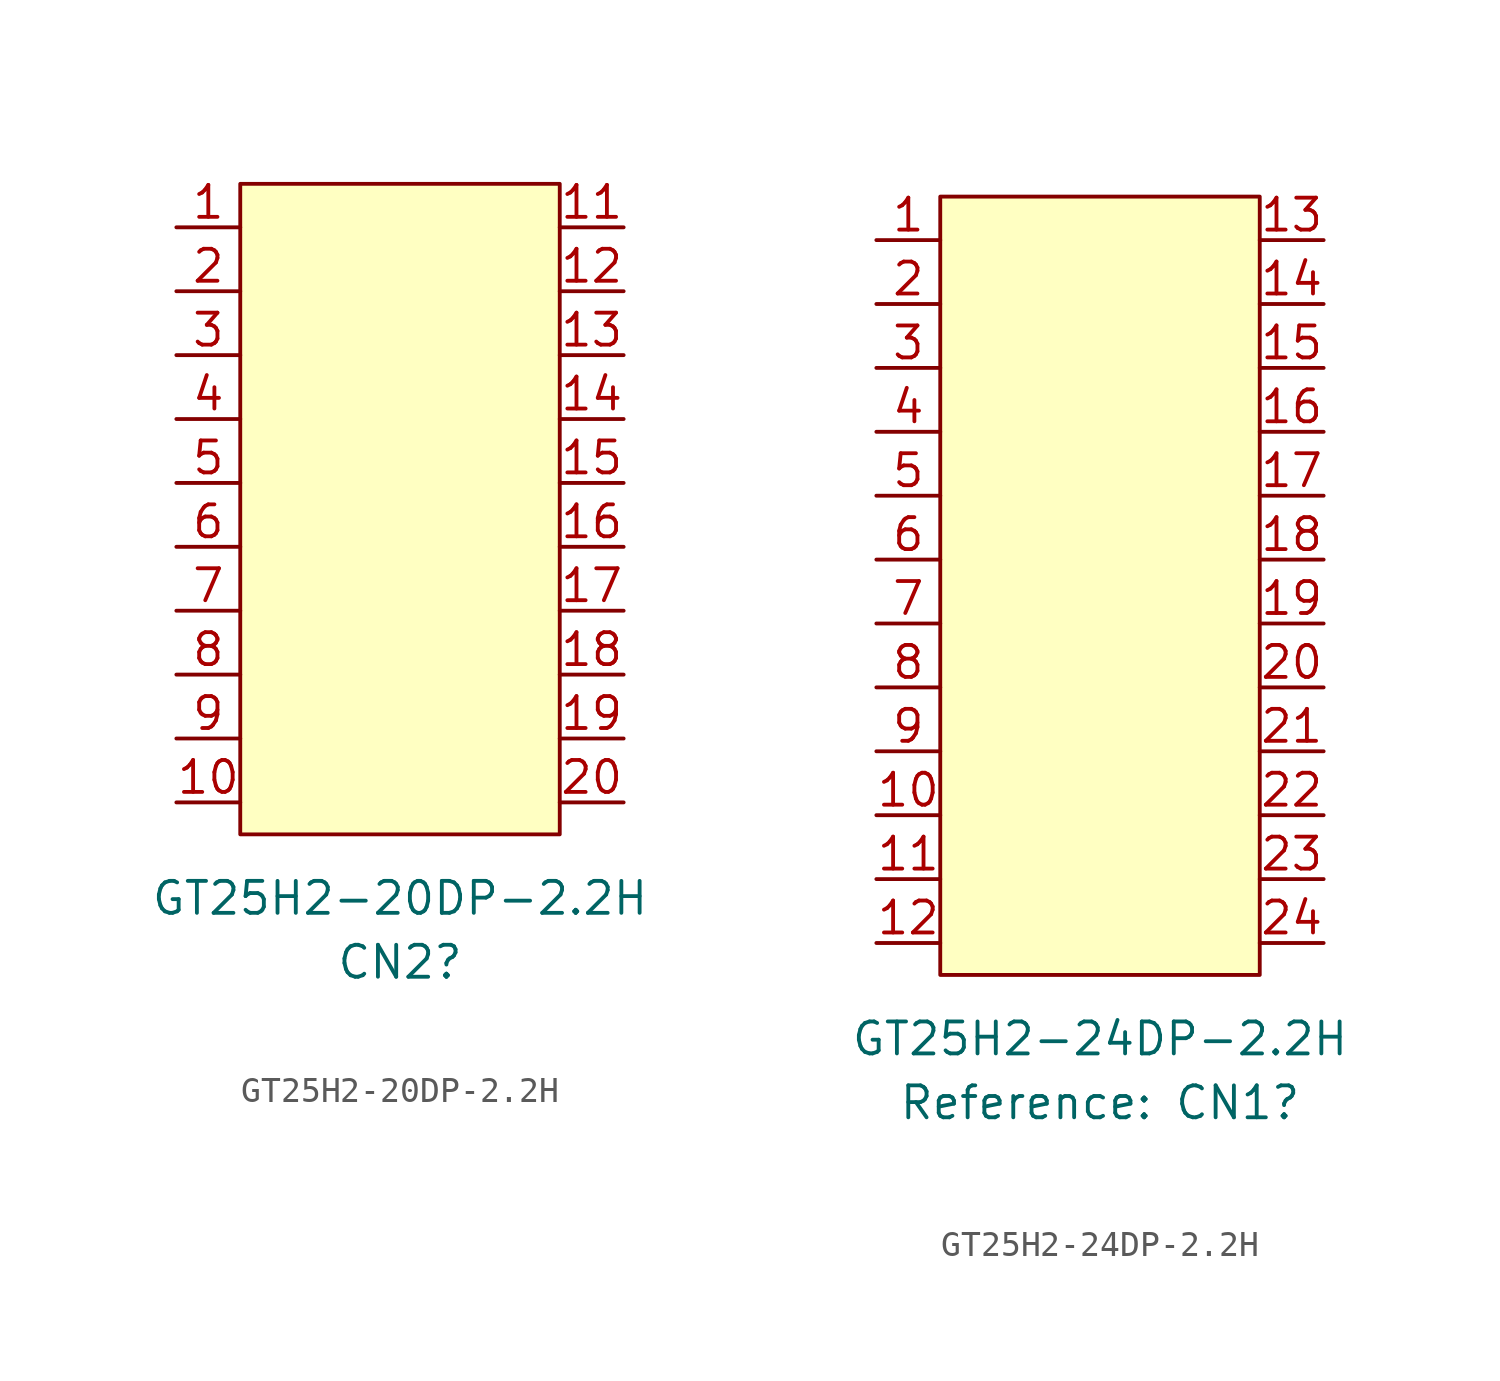
<source format=kicad_sym>
(kicad_symbol_lib
  (version 20241209)
  (generator "kicad_symbol_editor")
  (generator_version "9.0")
  (symbol "GT25H2-20DP-2.2H"
    (property "Reference" "CN2"
      (at 0 -25.4 0)
      (effects (font (size 1.27 1.27))))
    (property "Value" "GT25H2-20DP-2.2H"
      (at 0 -22.86 0)
      (effects (font (size 1.27 1.27))))
    (symbol "GT25H2-20DP-2.2H_1_1"
      (rectangle (start -6.35 5.539) (end 6.35 -20.32) (stroke (width 0) (type solid)) (fill (type background)))
      (pin passive line (at -8.89 3.81 0) (length 2.54) (name "~" (effects (font (size 1.27 1.27)))) (number "1" (effects (font (size 1.27 1.27)))))
      (pin passive line (at -8.89 1.27 0) (length 2.54) (name "~" (effects (font (size 1.27 1.27)))) (number "2" (effects (font (size 1.27 1.27)))))
      (pin passive line (at -8.89 -1.27 0) (length 2.54) (name "~" (effects (font (size 1.27 1.27)))) (number "3" (effects (font (size 1.27 1.27)))))
      (pin passive line (at -8.89 -3.81 0) (length 2.54) (name "~" (effects (font (size 1.27 1.27)))) (number "4" (effects (font (size 1.27 1.27)))))
      (pin passive line (at -8.89 -6.35 0) (length 2.54) (name "~" (effects (font (size 1.27 1.27)))) (number "5" (effects (font (size 1.27 1.27)))))
      (pin passive line (at -8.89 -8.89 0) (length 2.54) (name "~" (effects (font (size 1.27 1.27)))) (number "6" (effects (font (size 1.27 1.27)))))
      (pin passive line (at -8.89 -11.43 0) (length 2.54) (name "~" (effects (font (size 1.27 1.27)))) (number "7" (effects (font (size 1.27 1.27)))))
      (pin passive line (at -8.89 -13.97 0) (length 2.54) (name "~" (effects (font (size 1.27 1.27)))) (number "8" (effects (font (size 1.27 1.27)))))
      (pin passive line (at -8.89 -16.51 0) (length 2.54) (name "~" (effects (font (size 1.27 1.27)))) (number "9" (effects (font (size 1.27 1.27)))))
      (pin passive line (at -8.89 -19.05 0) (length 2.54) (name "~" (effects (font (size 1.27 1.27)))) (number "10" (effects (font (size 1.27 1.27)))))
      (pin passive line (at 8.89 3.81 180) (length 2.54) (name "~" (effects (font (size 1.27 1.27)))) (number "11" (effects (font (size 1.27 1.27)))))
      (pin passive line (at 8.89 1.27 180) (length 2.54) (name "~" (effects (font (size 1.27 1.27)))) (number "12" (effects (font (size 1.27 1.27)))))
      (pin passive line (at 8.89 -1.27 180) (length 2.54) (name "~" (effects (font (size 1.27 1.27)))) (number "13" (effects (font (size 1.27 1.27)))))
      (pin passive line (at 8.89 -3.81 180) (length 2.54) (name "~" (effects (font (size 1.27 1.27)))) (number "14" (effects (font (size 1.27 1.27)))))
      (pin passive line (at 8.89 -6.35 180) (length 2.54) (name "~" (effects (font (size 1.27 1.27)))) (number "15" (effects (font (size 1.27 1.27)))))
      (pin passive line (at 8.89 -8.89 180) (length 2.54) (name "~" (effects (font (size 1.27 1.27)))) (number "16" (effects (font (size 1.27 1.27)))))
      (pin passive line (at 8.89 -11.43 180) (length 2.54) (name "~" (effects (font (size 1.27 1.27)))) (number "17" (effects (font (size 1.27 1.27)))))
      (pin passive line (at 8.89 -13.97 180) (length 2.54) (name "~" (effects (font (size 1.27 1.27)))) (number "18" (effects (font (size 1.27 1.27)))))
      (pin passive line (at 8.89 -16.51 180) (length 2.54) (name "~" (effects (font (size 1.27 1.27)))) (number "19" (effects (font (size 1.27 1.27)))))
      (pin passive line (at 8.89 -19.05 180) (length 2.54) (name "~" (effects (font (size 1.27 1.27)))) (number "20" (effects (font (size 1.27 1.27)))))))
  (symbol "GT25H2-24DP-2.2H"
    (property "Reference" "CN1"
      (at 0 -29.21 0)
      (show_name)
      (effects (font (size 1.27 1.27))))
    (property "Value" "GT25H2-24DP-2.2H"
      (at 0 -26.67 0)
      (effects (font (size 1.27 1.27))))
    (symbol "GT25H2-24DP-2.2H_1_1"
      (rectangle (start -6.35 6.809) (end 6.35 -24.13) (stroke (width 0) (type solid)) (fill (type background)))
      (pin passive line (at -8.89 5.08 0) (length 2.54) (name "~" (effects (font (size 1.27 1.27)))) (number "1" (effects (font (size 1.27 1.27)))))
      (pin passive line (at -8.89 2.54 0) (length 2.54) (name "~" (effects (font (size 1.27 1.27)))) (number "2" (effects (font (size 1.27 1.27)))))
      (pin passive line (at -8.89 0 0) (length 2.54) (name "~" (effects (font (size 1.27 1.27)))) (number "3" (effects (font (size 1.27 1.27)))))
      (pin passive line (at -8.89 -2.54 0) (length 2.54) (name "~" (effects (font (size 1.27 1.27)))) (number "4" (effects (font (size 1.27 1.27)))))
      (pin passive line (at -8.89 -5.08 0) (length 2.54) (name "~" (effects (font (size 1.27 1.27)))) (number "5" (effects (font (size 1.27 1.27)))))
      (pin passive line (at -8.89 -7.62 0) (length 2.54) (name "~" (effects (font (size 1.27 1.27)))) (number "6" (effects (font (size 1.27 1.27)))))
      (pin passive line (at -8.89 -10.16 0) (length 2.54) (name "~" (effects (font (size 1.27 1.27)))) (number "7" (effects (font (size 1.27 1.27)))))
      (pin passive line (at -8.89 -12.7 0) (length 2.54) (name "~" (effects (font (size 1.27 1.27)))) (number "8" (effects (font (size 1.27 1.27)))))
      (pin passive line (at -8.89 -15.24 0) (length 2.54) (name "~" (effects (font (size 1.27 1.27)))) (number "9" (effects (font (size 1.27 1.27)))))
      (pin passive line (at -8.89 -17.78 0) (length 2.54) (name "~" (effects (font (size 1.27 1.27)))) (number "10" (effects (font (size 1.27 1.27)))))
      (pin passive line (at -8.89 -20.32 0) (length 2.54) (name "~" (effects (font (size 1.27 1.27)))) (number "11" (effects (font (size 1.27 1.27)))))
      (pin passive line (at -8.89 -22.86 0) (length 2.54) (name "~" (effects (font (size 1.27 1.27)))) (number "12" (effects (font (size 1.27 1.27)))))
      (pin passive line (at 8.89 5.08 180) (length 2.54) (name "~" (effects (font (size 1.27 1.27)))) (number "13" (effects (font (size 1.27 1.27)))))
      (pin passive line (at 8.89 2.54 180) (length 2.54) (name "~" (effects (font (size 1.27 1.27)))) (number "14" (effects (font (size 1.27 1.27)))))
      (pin passive line (at 8.89 0 180) (length 2.54) (name "~" (effects (font (size 1.27 1.27)))) (number "15" (effects (font (size 1.27 1.27)))))
      (pin passive line (at 8.89 -2.54 180) (length 2.54) (name "~" (effects (font (size 1.27 1.27)))) (number "16" (effects (font (size 1.27 1.27)))))
      (pin passive line (at 8.89 -5.08 180) (length 2.54) (name "~" (effects (font (size 1.27 1.27)))) (number "17" (effects (font (size 1.27 1.27)))))
      (pin passive line (at 8.89 -7.62 180) (length 2.54) (name "~" (effects (font (size 1.27 1.27)))) (number "18" (effects (font (size 1.27 1.27)))))
      (pin passive line (at 8.89 -10.16 180) (length 2.54) (name "~" (effects (font (size 1.27 1.27)))) (number "19" (effects (font (size 1.27 1.27)))))
      (pin passive line (at 8.89 -12.7 180) (length 2.54) (name "~" (effects (font (size 1.27 1.27)))) (number "20" (effects (font (size 1.27 1.27)))))
      (pin passive line (at 8.89 -15.24 180) (length 2.54) (name "~" (effects (font (size 1.27 1.27)))) (number "21" (effects (font (size 1.27 1.27)))))
      (pin passive line (at 8.89 -17.78 180) (length 2.54) (name "~" (effects (font (size 1.27 1.27)))) (number "22" (effects (font (size 1.27 1.27)))))
      (pin passive line (at 8.89 -20.32 180) (length 2.54) (name "~" (effects (font (size 1.27 1.27)))) (number "23" (effects (font (size 1.27 1.27)))))
      (pin passive line (at 8.89 -22.86 180) (length 2.54) (name "~" (effects (font (size 1.27 1.27)))) (number "24" (effects (font (size 1.27 1.27))))))))
</source>
